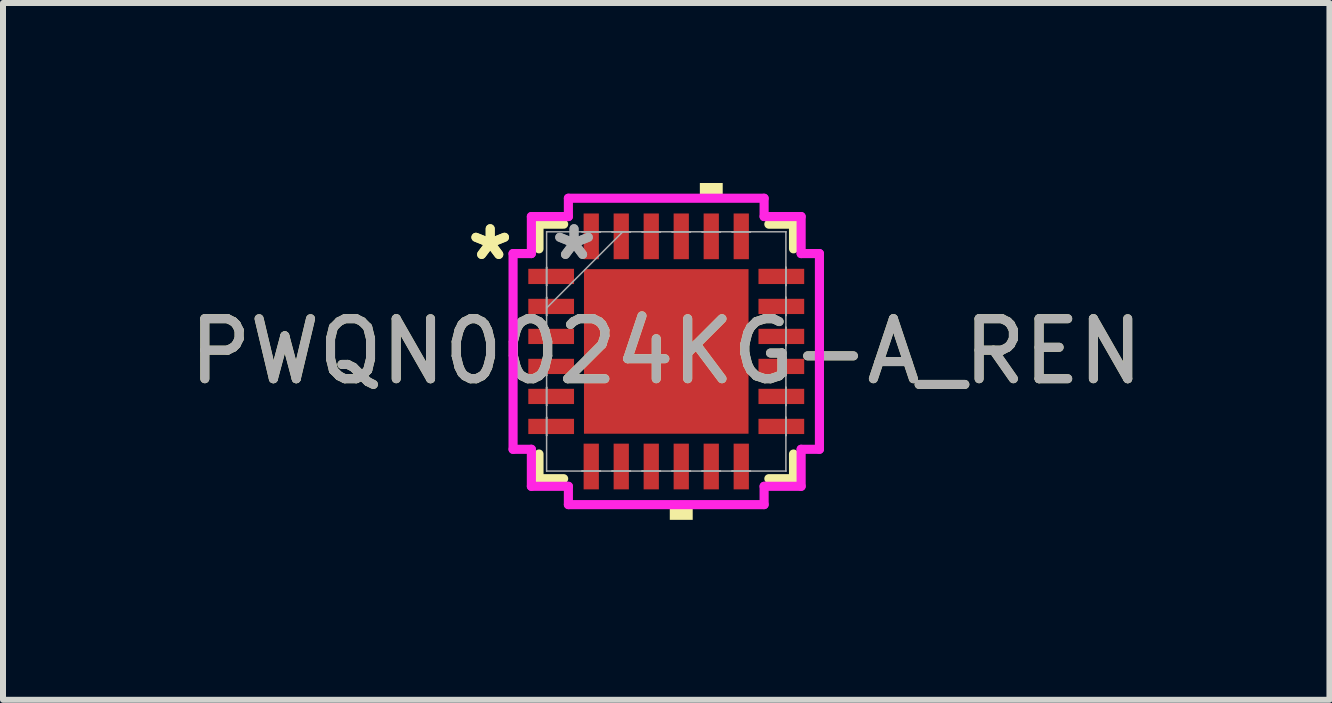
<source format=kicad_pcb>
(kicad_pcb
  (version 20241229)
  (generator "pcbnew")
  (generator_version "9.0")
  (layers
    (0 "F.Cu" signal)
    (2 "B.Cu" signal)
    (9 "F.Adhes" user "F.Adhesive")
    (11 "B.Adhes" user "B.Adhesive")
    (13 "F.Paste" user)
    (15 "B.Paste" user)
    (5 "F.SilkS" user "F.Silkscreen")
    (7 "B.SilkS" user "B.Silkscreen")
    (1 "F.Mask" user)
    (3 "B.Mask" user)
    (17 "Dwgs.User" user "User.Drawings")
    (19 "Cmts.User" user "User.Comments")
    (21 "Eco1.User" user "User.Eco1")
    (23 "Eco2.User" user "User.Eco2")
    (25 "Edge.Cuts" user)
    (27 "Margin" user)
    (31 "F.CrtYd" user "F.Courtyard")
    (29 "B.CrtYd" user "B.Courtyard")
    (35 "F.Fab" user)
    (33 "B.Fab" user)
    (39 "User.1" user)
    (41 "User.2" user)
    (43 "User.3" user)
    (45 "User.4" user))
  (footprint "PWQN0024KG-A_REN"
    (layer "F.Cu")
    (at 8.054 2.807)
    (property "Reference" "PWQN0024KG-A_REN" (at 0 0 0) (unlocked yes) (layer "F.SilkS") (effects (font (size 1 1) (thickness 0.15))))
    (attr smd)
    (fp_line (start -2.121 -2.121) (end -2.121 -1.71) (stroke (width 0.152) (type solid)) (layer "F.SilkS"))
    (fp_line (start -2.121 1.71) (end -2.121 2.121) (stroke (width 0.152) (type solid)) (layer "F.SilkS"))
    (fp_line (start -2.121 2.121) (end -1.71 2.121) (stroke (width 0.152) (type solid)) (layer "F.SilkS"))
    (fp_line (start -1.71 -2.121) (end -2.121 -2.121) (stroke (width 0.152) (type solid)) (layer "F.SilkS"))
    (fp_line (start 1.71 2.121) (end 2.121 2.121) (stroke (width 0.152) (type solid)) (layer "F.SilkS"))
    (fp_line (start 2.121 -2.121) (end 1.71 -2.121) (stroke (width 0.152) (type solid)) (layer "F.SilkS"))
    (fp_line (start 2.121 -1.71) (end 2.121 -2.121) (stroke (width 0.152) (type solid)) (layer "F.SilkS"))
    (fp_line (start 2.121 2.121) (end 2.121 1.71) (stroke (width 0.152) (type solid)) (layer "F.SilkS"))
    (fp_poly (pts (xy 0.059 2.553) (xy 0.059 2.807) (xy 0.441 2.807) (xy 0.441 2.553)) (stroke (width 0) (type solid)) (fill yes) (layer "F.SilkS"))
    (fp_poly (pts (xy 0.56 -2.553) (xy 0.56 -2.807) (xy 0.941 -2.807) (xy 0.941 -2.553)) (stroke (width 0) (type solid)) (fill yes) (layer "F.SilkS"))
    (fp_poly (pts (xy -1.272 -1.272) (xy -1.272 -0.1) (xy -0.1 -0.1) (xy -0.1 -1.272)) (stroke (width 0) (type solid)) (fill yes) (layer "F.Paste"))
    (fp_poly (pts (xy -1.272 0.1) (xy -1.272 1.272) (xy -0.1 1.272) (xy -0.1 0.1)) (stroke (width 0) (type solid)) (fill yes) (layer "F.Paste"))
    (fp_poly (pts (xy 0.1 -1.272) (xy 0.1 -0.1) (xy 1.272 -0.1) (xy 1.272 -1.272)) (stroke (width 0) (type solid)) (fill yes) (layer "F.Paste"))
    (fp_poly (pts (xy 0.1 0.1) (xy 0.1 1.272) (xy 1.272 1.272) (xy 1.272 0.1)) (stroke (width 0) (type solid)) (fill yes) (layer "F.Paste"))
    (fp_line (start -2.553 -1.631) (end -2.248 -1.631) (stroke (width 0.152) (type solid)) (layer "F.CrtYd"))
    (fp_line (start -2.553 1.631) (end -2.553 -1.631) (stroke (width 0.152) (type solid)) (layer "F.CrtYd"))
    (fp_line (start -2.248 -2.248) (end -1.631 -2.248) (stroke (width 0.152) (type solid)) (layer "F.CrtYd"))
    (fp_line (start -2.248 -1.631) (end -2.248 -2.248) (stroke (width 0.152) (type solid)) (layer "F.CrtYd"))
    (fp_line (start -2.248 1.631) (end -2.553 1.631) (stroke (width 0.152) (type solid)) (layer "F.CrtYd"))
    (fp_line (start -2.248 2.248) (end -2.248 1.631) (stroke (width 0.152) (type solid)) (layer "F.CrtYd"))
    (fp_line (start -1.631 -2.553) (end 1.631 -2.553) (stroke (width 0.152) (type solid)) (layer "F.CrtYd"))
    (fp_line (start -1.631 -2.248) (end -1.631 -2.553) (stroke (width 0.152) (type solid)) (layer "F.CrtYd"))
    (fp_line (start -1.631 2.248) (end -2.248 2.248) (stroke (width 0.152) (type solid)) (layer "F.CrtYd"))
    (fp_line (start -1.631 2.553) (end -1.631 2.248) (stroke (width 0.152) (type solid)) (layer "F.CrtYd"))
    (fp_line (start 1.631 -2.553) (end 1.631 -2.248) (stroke (width 0.152) (type solid)) (layer "F.CrtYd"))
    (fp_line (start 1.631 -2.248) (end 2.248 -2.248) (stroke (width 0.152) (type solid)) (layer "F.CrtYd"))
    (fp_line (start 1.631 2.248) (end 1.631 2.553) (stroke (width 0.152) (type solid)) (layer "F.CrtYd"))
    (fp_line (start 1.631 2.553) (end -1.631 2.553) (stroke (width 0.152) (type solid)) (layer "F.CrtYd"))
    (fp_line (start 2.248 -2.248) (end 2.248 -1.631) (stroke (width 0.152) (type solid)) (layer "F.CrtYd"))
    (fp_line (start 2.248 -1.631) (end 2.553 -1.631) (stroke (width 0.152) (type solid)) (layer "F.CrtYd"))
    (fp_line (start 2.248 1.631) (end 2.248 2.248) (stroke (width 0.152) (type solid)) (layer "F.CrtYd"))
    (fp_line (start 2.248 2.248) (end 1.631 2.248) (stroke (width 0.152) (type solid)) (layer "F.CrtYd"))
    (fp_line (start 2.553 -1.631) (end 2.553 1.631) (stroke (width 0.152) (type solid)) (layer "F.CrtYd"))
    (fp_line (start 2.553 1.631) (end 2.248 1.631) (stroke (width 0.152) (type solid)) (layer "F.CrtYd"))
    (fp_line (start -1.994 -1.994) (end -1.994 -1.994) (stroke (width 0.025) (type solid)) (layer "F.Fab"))
    (fp_line (start -1.994 -1.994) (end -1.994 1.994) (stroke (width 0.025) (type solid)) (layer "F.Fab"))
    (fp_line (start -1.994 -1.402) (end -1.994 -1.402) (stroke (width 0.025) (type solid)) (layer "F.Fab"))
    (fp_line (start -1.994 -1.402) (end -1.994 -1.098) (stroke (width 0.025) (type solid)) (layer "F.Fab"))
    (fp_line (start -1.994 -1.098) (end -1.994 -1.402) (stroke (width 0.025) (type solid)) (layer "F.Fab"))
    (fp_line (start -1.994 -1.098) (end -1.994 -1.098) (stroke (width 0.025) (type solid)) (layer "F.Fab"))
    (fp_line (start -1.994 -0.902) (end -1.994 -0.902) (stroke (width 0.025) (type solid)) (layer "F.Fab"))
    (fp_line (start -1.994 -0.902) (end -1.994 -0.598) (stroke (width 0.025) (type solid)) (layer "F.Fab"))
    (fp_line (start -1.994 -0.724) (end -0.724 -1.994) (stroke (width 0.025) (type solid)) (layer "F.Fab"))
    (fp_line (start -1.994 -0.598) (end -1.994 -0.902) (stroke (width 0.025) (type solid)) (layer "F.Fab"))
    (fp_line (start -1.994 -0.598) (end -1.994 -0.598) (stroke (width 0.025) (type solid)) (layer "F.Fab"))
    (fp_line (start -1.994 -0.402) (end -1.994 -0.402) (stroke (width 0.025) (type solid)) (layer "F.Fab"))
    (fp_line (start -1.994 -0.402) (end -1.994 -0.098) (stroke (width 0.025) (type solid)) (layer "F.Fab"))
    (fp_line (start -1.994 -0.098) (end -1.994 -0.402) (stroke (width 0.025) (type solid)) (layer "F.Fab"))
    (fp_line (start -1.994 -0.098) (end -1.994 -0.098) (stroke (width 0.025) (type solid)) (layer "F.Fab"))
    (fp_line (start -1.994 0.098) (end -1.994 0.098) (stroke (width 0.025) (type solid)) (layer "F.Fab"))
    (fp_line (start -1.994 0.098) (end -1.994 0.402) (stroke (width 0.025) (type solid)) (layer "F.Fab"))
    (fp_line (start -1.994 0.402) (end -1.994 0.098) (stroke (width 0.025) (type solid)) (layer "F.Fab"))
    (fp_line (start -1.994 0.402) (end -1.994 0.402) (stroke (width 0.025) (type solid)) (layer "F.Fab"))
    (fp_line (start -1.994 0.598) (end -1.994 0.598) (stroke (width 0.025) (type solid)) (layer "F.Fab"))
    (fp_line (start -1.994 0.598) (end -1.994 0.902) (stroke (width 0.025) (type solid)) (layer "F.Fab"))
    (fp_line (start -1.994 0.902) (end -1.994 0.598) (stroke (width 0.025) (type solid)) (layer "F.Fab"))
    (fp_line (start -1.994 0.902) (end -1.994 0.902) (stroke (width 0.025) (type solid)) (layer "F.Fab"))
    (fp_line (start -1.994 1.098) (end -1.994 1.098) (stroke (width 0.025) (type solid)) (layer "F.Fab"))
    (fp_line (start -1.994 1.098) (end -1.994 1.402) (stroke (width 0.025) (type solid)) (layer "F.Fab"))
    (fp_line (start -1.994 1.402) (end -1.994 1.098) (stroke (width 0.025) (type solid)) (layer "F.Fab"))
    (fp_line (start -1.994 1.402) (end -1.994 1.402) (stroke (width 0.025) (type solid)) (layer "F.Fab"))
    (fp_line (start -1.994 1.994) (end -1.994 1.994) (stroke (width 0.025) (type solid)) (layer "F.Fab"))
    (fp_line (start -1.994 1.994) (end 1.994 1.994) (stroke (width 0.025) (type solid)) (layer "F.Fab"))
    (fp_line (start -1.402 -1.994) (end -1.402 -1.994) (stroke (width 0.025) (type solid)) (layer "F.Fab"))
    (fp_line (start -1.402 -1.994) (end -1.098 -1.994) (stroke (width 0.025) (type solid)) (layer "F.Fab"))
    (fp_line (start -1.402 1.994) (end -1.402 1.994) (stroke (width 0.025) (type solid)) (layer "F.Fab"))
    (fp_line (start -1.402 1.994) (end -1.098 1.994) (stroke (width 0.025) (type solid)) (layer "F.Fab"))
    (fp_line (start -1.098 -1.994) (end -1.402 -1.994) (stroke (width 0.025) (type solid)) (layer "F.Fab"))
    (fp_line (start -1.098 -1.994) (end -1.098 -1.994) (stroke (width 0.025) (type solid)) (layer "F.Fab"))
    (fp_line (start -1.098 1.994) (end -1.402 1.994) (stroke (width 0.025) (type solid)) (layer "F.Fab"))
    (fp_line (start -1.098 1.994) (end -1.098 1.994) (stroke (width 0.025) (type solid)) (layer "F.Fab"))
    (fp_line (start -0.902 -1.994) (end -0.902 -1.994) (stroke (width 0.025) (type solid)) (layer "F.Fab"))
    (fp_line (start -0.902 -1.994) (end -0.598 -1.994) (stroke (width 0.025) (type solid)) (layer "F.Fab"))
    (fp_line (start -0.902 1.994) (end -0.902 1.994) (stroke (width 0.025) (type solid)) (layer "F.Fab"))
    (fp_line (start -0.902 1.994) (end -0.598 1.994) (stroke (width 0.025) (type solid)) (layer "F.Fab"))
    (fp_line (start -0.598 -1.994) (end -0.902 -1.994) (stroke (width 0.025) (type solid)) (layer "F.Fab"))
    (fp_line (start -0.598 -1.994) (end -0.598 -1.994) (stroke (width 0.025) (type solid)) (layer "F.Fab"))
    (fp_line (start -0.598 1.994) (end -0.902 1.994) (stroke (width 0.025) (type solid)) (layer "F.Fab"))
    (fp_line (start -0.598 1.994) (end -0.598 1.994) (stroke (width 0.025) (type solid)) (layer "F.Fab"))
    (fp_line (start -0.402 -1.994) (end -0.402 -1.994) (stroke (width 0.025) (type solid)) (layer "F.Fab"))
    (fp_line (start -0.402 -1.994) (end -0.098 -1.994) (stroke (width 0.025) (type solid)) (layer "F.Fab"))
    (fp_line (start -0.402 1.994) (end -0.402 1.994) (stroke (width 0.025) (type solid)) (layer "F.Fab"))
    (fp_line (start -0.402 1.994) (end -0.098 1.994) (stroke (width 0.025) (type solid)) (layer "F.Fab"))
    (fp_line (start -0.098 -1.994) (end -0.402 -1.994) (stroke (width 0.025) (type solid)) (layer "F.Fab"))
    (fp_line (start -0.098 -1.994) (end -0.098 -1.994) (stroke (width 0.025) (type solid)) (layer "F.Fab"))
    (fp_line (start -0.098 1.994) (end -0.402 1.994) (stroke (width 0.025) (type solid)) (layer "F.Fab"))
    (fp_line (start -0.098 1.994) (end -0.098 1.994) (stroke (width 0.025) (type solid)) (layer "F.Fab"))
    (fp_line (start 0.098 -1.994) (end 0.098 -1.994) (stroke (width 0.025) (type solid)) (layer "F.Fab"))
    (fp_line (start 0.098 -1.994) (end 0.402 -1.994) (stroke (width 0.025) (type solid)) (layer "F.Fab"))
    (fp_line (start 0.098 1.994) (end 0.098 1.994) (stroke (width 0.025) (type solid)) (layer "F.Fab"))
    (fp_line (start 0.098 1.994) (end 0.402 1.994) (stroke (width 0.025) (type solid)) (layer "F.Fab"))
    (fp_line (start 0.402 -1.994) (end 0.098 -1.994) (stroke (width 0.025) (type solid)) (layer "F.Fab"))
    (fp_line (start 0.402 -1.994) (end 0.402 -1.994) (stroke (width 0.025) (type solid)) (layer "F.Fab"))
    (fp_line (start 0.402 1.994) (end 0.098 1.994) (stroke (width 0.025) (type solid)) (layer "F.Fab"))
    (fp_line (start 0.402 1.994) (end 0.402 1.994) (stroke (width 0.025) (type solid)) (layer "F.Fab"))
    (fp_line (start 0.598 -1.994) (end 0.598 -1.994) (stroke (width 0.025) (type solid)) (layer "F.Fab"))
    (fp_line (start 0.598 -1.994) (end 0.902 -1.994) (stroke (width 0.025) (type solid)) (layer "F.Fab"))
    (fp_line (start 0.598 1.994) (end 0.598 1.994) (stroke (width 0.025) (type solid)) (layer "F.Fab"))
    (fp_line (start 0.598 1.994) (end 0.902 1.994) (stroke (width 0.025) (type solid)) (layer "F.Fab"))
    (fp_line (start 0.902 -1.994) (end 0.598 -1.994) (stroke (width 0.025) (type solid)) (layer "F.Fab"))
    (fp_line (start 0.902 -1.994) (end 0.902 -1.994) (stroke (width 0.025) (type solid)) (layer "F.Fab"))
    (fp_line (start 0.902 1.994) (end 0.598 1.994) (stroke (width 0.025) (type solid)) (layer "F.Fab"))
    (fp_line (start 0.902 1.994) (end 0.902 1.994) (stroke (width 0.025) (type solid)) (layer "F.Fab"))
    (fp_line (start 1.098 -1.994) (end 1.098 -1.994) (stroke (width 0.025) (type solid)) (layer "F.Fab"))
    (fp_line (start 1.098 -1.994) (end 1.402 -1.994) (stroke (width 0.025) (type solid)) (layer "F.Fab"))
    (fp_line (start 1.098 1.994) (end 1.098 1.994) (stroke (width 0.025) (type solid)) (layer "F.Fab"))
    (fp_line (start 1.098 1.994) (end 1.402 1.994) (stroke (width 0.025) (type solid)) (layer "F.Fab"))
    (fp_line (start 1.402 -1.994) (end 1.098 -1.994) (stroke (width 0.025) (type solid)) (layer "F.Fab"))
    (fp_line (start 1.402 -1.994) (end 1.402 -1.994) (stroke (width 0.025) (type solid)) (layer "F.Fab"))
    (fp_line (start 1.402 1.994) (end 1.098 1.994) (stroke (width 0.025) (type solid)) (layer "F.Fab"))
    (fp_line (start 1.402 1.994) (end 1.402 1.994) (stroke (width 0.025) (type solid)) (layer "F.Fab"))
    (fp_line (start 1.994 -1.994) (end -1.994 -1.994) (stroke (width 0.025) (type solid)) (layer "F.Fab"))
    (fp_line (start 1.994 -1.994) (end 1.994 -1.994) (stroke (width 0.025) (type solid)) (layer "F.Fab"))
    (fp_line (start 1.994 -1.402) (end 1.994 -1.402) (stroke (width 0.025) (type solid)) (layer "F.Fab"))
    (fp_line (start 1.994 -1.402) (end 1.994 -1.098) (stroke (width 0.025) (type solid)) (layer "F.Fab"))
    (fp_line (start 1.994 -1.098) (end 1.994 -1.402) (stroke (width 0.025) (type solid)) (layer "F.Fab"))
    (fp_line (start 1.994 -1.098) (end 1.994 -1.098) (stroke (width 0.025) (type solid)) (layer "F.Fab"))
    (fp_line (start 1.994 -0.902) (end 1.994 -0.902) (stroke (width 0.025) (type solid)) (layer "F.Fab"))
    (fp_line (start 1.994 -0.902) (end 1.994 -0.598) (stroke (width 0.025) (type solid)) (layer "F.Fab"))
    (fp_line (start 1.994 -0.598) (end 1.994 -0.902) (stroke (width 0.025) (type solid)) (layer "F.Fab"))
    (fp_line (start 1.994 -0.598) (end 1.994 -0.598) (stroke (width 0.025) (type solid)) (layer "F.Fab"))
    (fp_line (start 1.994 -0.402) (end 1.994 -0.402) (stroke (width 0.025) (type solid)) (layer "F.Fab"))
    (fp_line (start 1.994 -0.402) (end 1.994 -0.098) (stroke (width 0.025) (type solid)) (layer "F.Fab"))
    (fp_line (start 1.994 -0.098) (end 1.994 -0.402) (stroke (width 0.025) (type solid)) (layer "F.Fab"))
    (fp_line (start 1.994 -0.098) (end 1.994 -0.098) (stroke (width 0.025) (type solid)) (layer "F.Fab"))
    (fp_line (start 1.994 0.098) (end 1.994 0.098) (stroke (width 0.025) (type solid)) (layer "F.Fab"))
    (fp_line (start 1.994 0.098) (end 1.994 0.402) (stroke (width 0.025) (type solid)) (layer "F.Fab"))
    (fp_line (start 1.994 0.402) (end 1.994 0.098) (stroke (width 0.025) (type solid)) (layer "F.Fab"))
    (fp_line (start 1.994 0.402) (end 1.994 0.402) (stroke (width 0.025) (type solid)) (layer "F.Fab"))
    (fp_line (start 1.994 0.598) (end 1.994 0.598) (stroke (width 0.025) (type solid)) (layer "F.Fab"))
    (fp_line (start 1.994 0.598) (end 1.994 0.902) (stroke (width 0.025) (type solid)) (layer "F.Fab"))
    (fp_line (start 1.994 0.902) (end 1.994 0.598) (stroke (width 0.025) (type solid)) (layer "F.Fab"))
    (fp_line (start 1.994 0.902) (end 1.994 0.902) (stroke (width 0.025) (type solid)) (layer "F.Fab"))
    (fp_line (start 1.994 1.098) (end 1.994 1.098) (stroke (width 0.025) (type solid)) (layer "F.Fab"))
    (fp_line (start 1.994 1.098) (end 1.994 1.402) (stroke (width 0.025) (type solid)) (layer "F.Fab"))
    (fp_line (start 1.994 1.402) (end 1.994 1.098) (stroke (width 0.025) (type solid)) (layer "F.Fab"))
    (fp_line (start 1.994 1.402) (end 1.994 1.402) (stroke (width 0.025) (type solid)) (layer "F.Fab"))
    (fp_line (start 1.994 1.994) (end 1.994 -1.994) (stroke (width 0.025) (type solid)) (layer "F.Fab"))
    (fp_line (start 1.994 1.994) (end 1.994 1.994) (stroke (width 0.025) (type solid)) (layer "F.Fab"))
    (fp_text user "*" (at -2.934 -1.5 0) (layer "F.SilkS") (effects (font (size 1 1) (thickness 0.15))))
    (fp_text user "*" (at -2.934 -1.5 0) (unlocked yes) (layer "F.SilkS") (effects (font (size 1 1) (thickness 0.15))))
    (fp_text user "*" (at -1.537 -1.5 0) (layer "F.Fab") (effects (font (size 1 1) (thickness 0.15))))
    (fp_text user "${REFERENCE}" (at 0 0 0) (unlocked yes) (layer "F.Fab") (effects (font (size 1 1) (thickness 0.15))))
    (fp_text user "*" (at -1.537 -1.5 0) (unlocked yes) (layer "F.Fab") (effects (font (size 1 1) (thickness 0.15))))
    (pad "1" smd rect (at -1.918 -1.25 90) (size 0.254 0.762) (layers "F.Cu" "F.Mask" "F.Paste"))
    (pad "2" smd rect (at -1.918 -0.75 90) (size 0.254 0.762) (layers "F.Cu" "F.Mask" "F.Paste"))
    (pad "3" smd rect (at -1.918 -0.25 90) (size 0.254 0.762) (layers "F.Cu" "F.Mask" "F.Paste"))
    (pad "4" smd rect (at -1.918 0.25 90) (size 0.254 0.762) (layers "F.Cu" "F.Mask" "F.Paste"))
    (pad "5" smd rect (at -1.918 0.75 90) (size 0.254 0.762) (layers "F.Cu" "F.Mask" "F.Paste"))
    (pad "6" smd rect (at -1.918 1.25 90) (size 0.254 0.762) (layers "F.Cu" "F.Mask" "F.Paste"))
    (pad "7" smd rect (at -1.25 1.918) (size 0.254 0.762) (layers "F.Cu" "F.Mask" "F.Paste"))
    (pad "8" smd rect (at -0.75 1.918) (size 0.254 0.762) (layers "F.Cu" "F.Mask" "F.Paste"))
    (pad "9" smd rect (at -0.25 1.918) (size 0.254 0.762) (layers "F.Cu" "F.Mask" "F.Paste"))
    (pad "10" smd rect (at 0.25 1.918) (size 0.254 0.762) (layers "F.Cu" "F.Mask" "F.Paste"))
    (pad "11" smd rect (at 0.75 1.918) (size 0.254 0.762) (layers "F.Cu" "F.Mask" "F.Paste"))
    (pad "12" smd rect (at 1.25 1.918) (size 0.254 0.762) (layers "F.Cu" "F.Mask" "F.Paste"))
    (pad "13" smd rect (at 1.918 1.25 90) (size 0.254 0.762) (layers "F.Cu" "F.Mask" "F.Paste"))
    (pad "14" smd rect (at 1.918 0.75 90) (size 0.254 0.762) (layers "F.Cu" "F.Mask" "F.Paste"))
    (pad "15" smd rect (at 1.918 0.25 90) (size 0.254 0.762) (layers "F.Cu" "F.Mask" "F.Paste"))
    (pad "16" smd rect (at 1.918 -0.25 90) (size 0.254 0.762) (layers "F.Cu" "F.Mask" "F.Paste"))
    (pad "17" smd rect (at 1.918 -0.75 90) (size 0.254 0.762) (layers "F.Cu" "F.Mask" "F.Paste"))
    (pad "18" smd rect (at 1.918 -1.25 90) (size 0.254 0.762) (layers "F.Cu" "F.Mask" "F.Paste"))
    (pad "19" smd rect (at 1.25 -1.918) (size 0.254 0.762) (layers "F.Cu" "F.Mask" "F.Paste"))
    (pad "20" smd rect (at 0.75 -1.918) (size 0.254 0.762) (layers "F.Cu" "F.Mask" "F.Paste"))
    (pad "21" smd rect (at 0.25 -1.918) (size 0.254 0.762) (layers "F.Cu" "F.Mask" "F.Paste"))
    (pad "22" smd rect (at -0.25 -1.918) (size 0.254 0.762) (layers "F.Cu" "F.Mask" "F.Paste"))
    (pad "23" smd rect (at -0.75 -1.918) (size 0.254 0.762) (layers "F.Cu" "F.Mask" "F.Paste"))
    (pad "24" smd rect (at -1.25 -1.918) (size 0.254 0.762) (layers "F.Cu" "F.Mask" "F.Paste"))
    (pad "25" smd rect (at 0 0) (size 2.743 2.743) (layers "F.Cu" "F.Mask")))
  (gr_rect
    (start -3 -3)
    (end 19.107 8.613)
    (stroke (width 0.1) (type default))
    (fill no)
    (layer "Edge.Cuts")))
</source>
